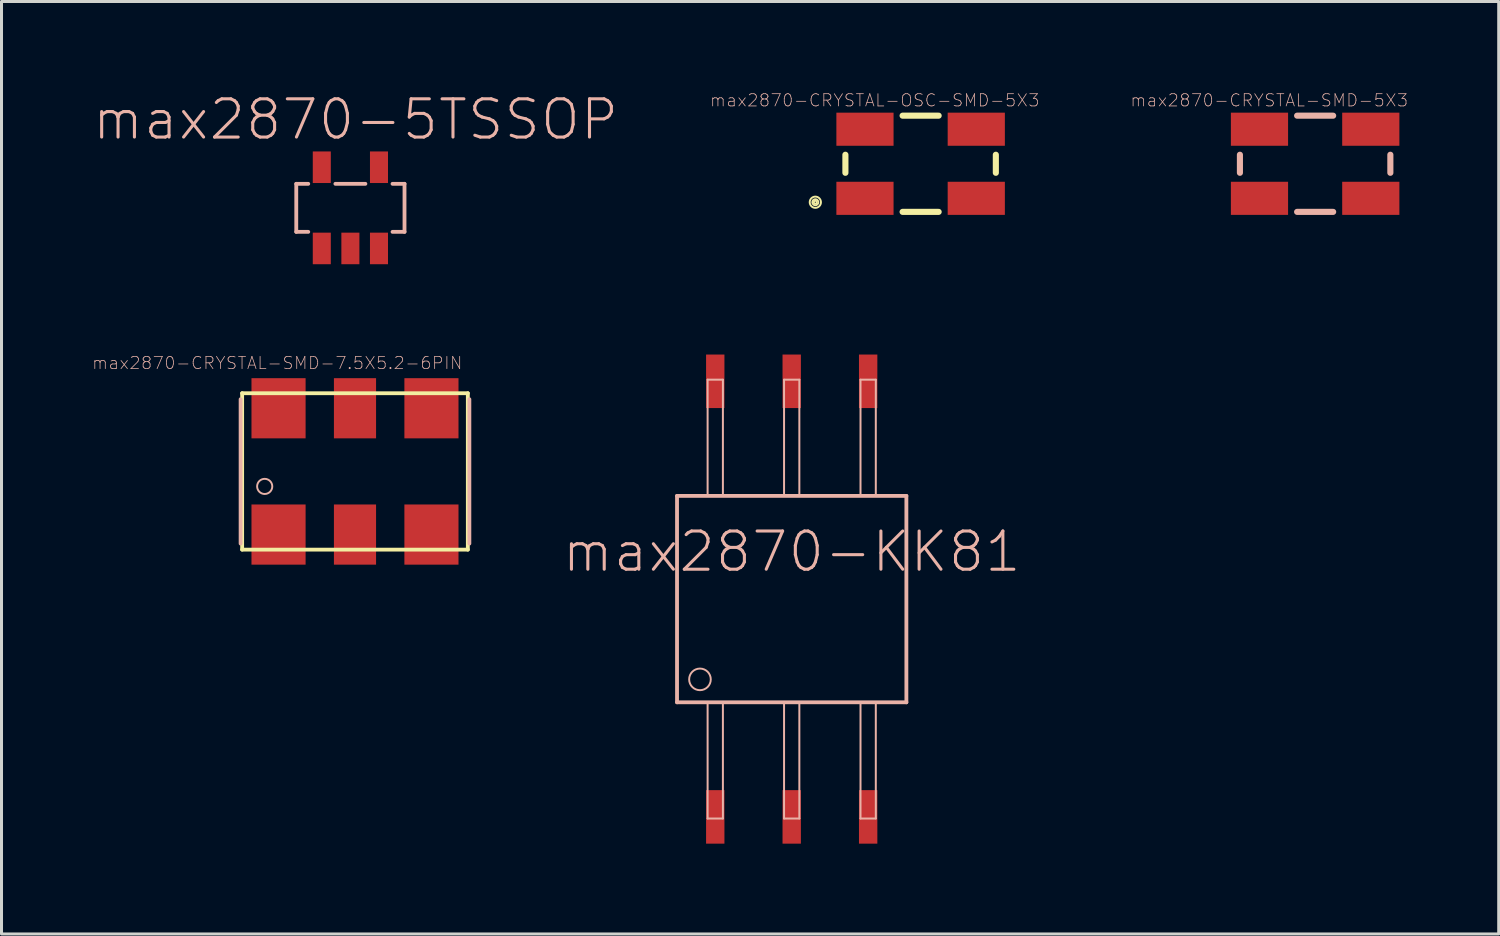
<source format=kicad_pcb>
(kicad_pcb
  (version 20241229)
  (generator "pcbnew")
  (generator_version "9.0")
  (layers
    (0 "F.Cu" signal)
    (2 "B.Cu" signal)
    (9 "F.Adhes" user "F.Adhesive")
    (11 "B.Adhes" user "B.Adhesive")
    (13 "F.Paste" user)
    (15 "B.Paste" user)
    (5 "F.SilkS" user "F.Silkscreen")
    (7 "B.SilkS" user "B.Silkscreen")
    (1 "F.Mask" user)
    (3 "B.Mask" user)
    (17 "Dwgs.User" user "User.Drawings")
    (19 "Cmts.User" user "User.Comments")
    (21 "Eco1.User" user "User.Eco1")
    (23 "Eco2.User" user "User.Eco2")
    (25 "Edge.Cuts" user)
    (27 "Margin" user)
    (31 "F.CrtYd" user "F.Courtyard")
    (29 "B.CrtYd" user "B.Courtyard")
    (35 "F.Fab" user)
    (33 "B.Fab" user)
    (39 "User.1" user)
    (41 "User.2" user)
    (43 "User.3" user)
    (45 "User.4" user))
  (footprint "max2870-KK81"
    (layer "F.Cu")
    (at 23.253 16.854)
    (property "Reference" "max2870-KK81" (at 0 -1.575 0) (layer "B.SilkS") (effects (font (size 1.27 1.27) (thickness 0.102))))
    (attr smd)
    (fp_line (start -3.81 -3.429) (end -3.81 3.429) (stroke (width 0.127) (type solid)) (layer "B.SilkS"))
    (fp_line (start -3.81 3.429) (end 3.81 3.429) (stroke (width 0.127) (type solid)) (layer "B.SilkS"))
    (fp_line (start -2.794 -7.29) (end -2.286 -7.29) (stroke (width 0.066) (type solid)) (layer "B.SilkS"))
    (fp_line (start -2.794 -3.429) (end -2.794 -7.29) (stroke (width 0.066) (type solid)) (layer "B.SilkS"))
    (fp_line (start -2.794 -3.429) (end -2.286 -3.429) (stroke (width 0.066) (type solid)) (layer "B.SilkS"))
    (fp_line (start -2.794 3.429) (end -2.286 3.429) (stroke (width 0.066) (type solid)) (layer "B.SilkS"))
    (fp_line (start -2.794 7.29) (end -2.794 3.429) (stroke (width 0.066) (type solid)) (layer "B.SilkS"))
    (fp_line (start -2.794 7.29) (end -2.286 7.29) (stroke (width 0.066) (type solid)) (layer "B.SilkS"))
    (fp_line (start -2.286 -3.429) (end -2.286 -7.29) (stroke (width 0.066) (type solid)) (layer "B.SilkS"))
    (fp_line (start -2.286 7.29) (end -2.286 3.429) (stroke (width 0.066) (type solid)) (layer "B.SilkS"))
    (fp_line (start -0.254 -7.29) (end 0.254 -7.29) (stroke (width 0.066) (type solid)) (layer "B.SilkS"))
    (fp_line (start -0.254 -3.429) (end -0.254 -7.29) (stroke (width 0.066) (type solid)) (layer "B.SilkS"))
    (fp_line (start -0.254 -3.429) (end 0.254 -3.429) (stroke (width 0.066) (type solid)) (layer "B.SilkS"))
    (fp_line (start -0.254 3.429) (end 0.254 3.429) (stroke (width 0.066) (type solid)) (layer "B.SilkS"))
    (fp_line (start -0.254 7.29) (end -0.254 3.429) (stroke (width 0.066) (type solid)) (layer "B.SilkS"))
    (fp_line (start -0.254 7.29) (end 0.254 7.29) (stroke (width 0.066) (type solid)) (layer "B.SilkS"))
    (fp_line (start 0.254 -3.429) (end 0.254 -7.29) (stroke (width 0.066) (type solid)) (layer "B.SilkS"))
    (fp_line (start 0.254 7.29) (end 0.254 3.429) (stroke (width 0.066) (type solid)) (layer "B.SilkS"))
    (fp_line (start 2.286 -7.29) (end 2.794 -7.29) (stroke (width 0.066) (type solid)) (layer "B.SilkS"))
    (fp_line (start 2.286 -3.429) (end 2.286 -7.29) (stroke (width 0.066) (type solid)) (layer "B.SilkS"))
    (fp_line (start 2.286 -3.429) (end 2.794 -3.429) (stroke (width 0.066) (type solid)) (layer "B.SilkS"))
    (fp_line (start 2.286 3.429) (end 2.794 3.429) (stroke (width 0.066) (type solid)) (layer "B.SilkS"))
    (fp_line (start 2.286 7.29) (end 2.286 3.429) (stroke (width 0.066) (type solid)) (layer "B.SilkS"))
    (fp_line (start 2.286 7.29) (end 2.794 7.29) (stroke (width 0.066) (type solid)) (layer "B.SilkS"))
    (fp_line (start 2.794 -3.429) (end 2.794 -7.29) (stroke (width 0.066) (type solid)) (layer "B.SilkS"))
    (fp_line (start 2.794 7.29) (end 2.794 3.429) (stroke (width 0.066) (type solid)) (layer "B.SilkS"))
    (fp_line (start 3.81 -3.429) (end -3.81 -3.429) (stroke (width 0.127) (type solid)) (layer "B.SilkS"))
    (fp_line (start 3.81 3.429) (end 3.81 -3.429) (stroke (width 0.127) (type solid)) (layer "B.SilkS"))
    (fp_circle (center -3.048 2.667) (end -3.302 2.921) (stroke (width 0.064) (type solid)) (fill no) (layer "B.SilkS"))
    (pad "1" smd rect (at -2.54 -7.236) (size 0.61 1.778) (layers "F.Cu" "F.Mask" "F.Paste"))
    (pad "2" smd rect (at 0 -7.236) (size 0.61 1.778) (layers "F.Cu" "F.Mask" "F.Paste"))
    (pad "3" smd rect (at 2.54 -7.236) (size 0.61 1.778) (layers "F.Cu" "F.Mask" "F.Paste"))
    (pad "4" smd rect (at 2.54 7.236) (size 0.61 1.778) (layers "F.Cu" "F.Mask" "F.Paste"))
    (pad "5" smd rect (at 0 7.236) (size 0.61 1.778) (layers "F.Cu" "F.Mask" "F.Paste"))
    (pad "6" smd rect (at -2.54 7.236) (size 0.61 1.778) (layers "F.Cu" "F.Mask" "F.Paste")))
  (footprint "max2870-CRYSTAL-SMD-5X3"
    (layer "F.Cu")
    (at 40.643 2.391)
    (property "Reference" "max2870-CRYSTAL-SMD-5X3" (at -1.524 -2.108 0) (layer "B.SilkS") (effects (font (size 0.406 0.406) (thickness 0.025))))
    (attr smd)
    (fp_line (start -2.499 -0.3) (end -2.499 0.3) (stroke (width 0.203) (type solid)) (layer "B.SilkS"))
    (fp_line (start -0.599 -1.598) (end 0.599 -1.598) (stroke (width 0.203) (type solid)) (layer "B.SilkS"))
    (fp_line (start 0.599 1.598) (end -0.599 1.598) (stroke (width 0.203) (type solid)) (layer "B.SilkS"))
    (fp_line (start 2.499 -0.3) (end 2.499 0.3) (stroke (width 0.203) (type solid)) (layer "B.SilkS"))
    (pad "1" smd rect (at -1.849 1.148) (size 1.9 1.1) (layers "F.Cu" "F.Mask" "F.Paste"))
    (pad "2" smd rect (at 1.849 1.148) (size 1.9 1.1) (layers "F.Cu" "F.Mask" "F.Paste"))
    (pad "3" smd rect (at 1.849 -1.148) (size 1.9 1.1) (layers "F.Cu" "F.Mask" "F.Paste"))
    (pad "4" smd rect (at -1.849 -1.148) (size 1.9 1.1) (layers "F.Cu" "F.Mask" "F.Paste")))
  (footprint "max2870-CRYSTAL-OSC-SMD-5X3"
    (layer "F.Cu")
    (at 27.536 2.391)
    (property "Reference" "max2870-CRYSTAL-OSC-SMD-5X3" (at -1.524 -2.108 0) (layer "B.SilkS") (effects (font (size 0.406 0.406) (thickness 0.025))))
    (attr smd)
    (fp_line (start -2.499 -0.3) (end -2.499 0.3) (stroke (width 0.203) (type solid)) (layer "F.SilkS"))
    (fp_line (start -0.599 -1.598) (end 0.599 -1.598) (stroke (width 0.203) (type solid)) (layer "F.SilkS"))
    (fp_line (start 0.599 1.598) (end -0.599 1.598) (stroke (width 0.203) (type solid)) (layer "F.SilkS"))
    (fp_line (start 2.499 -0.3) (end 2.499 0.3) (stroke (width 0.203) (type solid)) (layer "F.SilkS"))
    (fp_circle (center -3.498 1.278) (end -3.63 1.41) (stroke (width 0.064) (type solid)) (fill no) (layer "F.SilkS"))
    (fp_circle (center -3.498 1.278) (end -3.569 1.349) (stroke (width 0.064) (type solid)) (fill no) (layer "F.SilkS"))
    (fp_circle (center -3.498 1.278) (end -3.51 1.29) (stroke (width 0.064) (type solid)) (fill no) (layer "F.SilkS"))
    (pad "1" smd rect (at -1.849 1.148) (size 1.9 1.1) (layers "F.Cu" "F.Mask" "F.Paste"))
    (pad "2" smd rect (at 1.849 1.148) (size 1.9 1.1) (layers "F.Cu" "F.Mask" "F.Paste"))
    (pad "3" smd rect (at 1.849 -1.148) (size 1.9 1.1) (layers "F.Cu" "F.Mask" "F.Paste"))
    (pad "4" smd rect (at -1.849 -1.148) (size 1.9 1.1) (layers "F.Cu" "F.Mask" "F.Paste")))
  (footprint "max2870-5TSSOP"
    (layer "F.Cu")
    (at 8.591 3.855)
    (property "Reference" "max2870-5TSSOP" (at 0.173 -2.934 0) (layer "B.SilkS") (effects (font (size 1.27 1.27) (thickness 0.102))))
    (attr smd)
    (fp_line (start -1.798 -0.798) (end -1.798 0.798) (stroke (width 0.127) (type solid)) (layer "B.SilkS"))
    (fp_line (start -1.798 0.798) (end -1.4 0.798) (stroke (width 0.127) (type solid)) (layer "B.SilkS"))
    (fp_line (start -1.4 -0.798) (end -1.798 -0.798) (stroke (width 0.127) (type solid)) (layer "B.SilkS"))
    (fp_line (start 0.498 -0.798) (end -0.498 -0.798) (stroke (width 0.127) (type solid)) (layer "B.SilkS"))
    (fp_line (start 1.4 0.798) (end 1.798 0.798) (stroke (width 0.127) (type solid)) (layer "B.SilkS"))
    (fp_line (start 1.798 -0.798) (end 1.4 -0.798) (stroke (width 0.127) (type solid)) (layer "B.SilkS"))
    (fp_line (start 1.798 0.798) (end 1.798 -0.798) (stroke (width 0.127) (type solid)) (layer "B.SilkS"))
    (pad "!Q" smd rect (at 0.95 -1.349 90) (size 1.049 0.599) (layers "F.Cu" "F.Mask" "F.Paste"))
    (pad "CLK" smd rect (at 0 1.349 90) (size 1.049 0.599) (layers "F.Cu" "F.Mask" "F.Paste"))
    (pad "D" smd rect (at -0.95 1.349 90) (size 1.049 0.599) (layers "F.Cu" "F.Mask" "F.Paste"))
    (pad "GND" smd rect (at 0.95 1.349 90) (size 1.049 0.599) (layers "F.Cu" "F.Mask" "F.Paste"))
    (pad "VCC" smd rect (at -0.95 -1.349 90) (size 1.049 0.599) (layers "F.Cu" "F.Mask" "F.Paste")))
  (footprint "max2870-CRYSTAL-SMD-7.5X5.2-6PIN"
    (layer "F.Cu")
    (at 8.744 12.612)
    (property "Reference" "max2870-CRYSTAL-SMD-7.5X5.2-6PIN" (at -2.583 -3.602 0) (layer "B.SilkS") (effects (font (size 0.406 0.406) (thickness 0.025))))
    (attr smd)
    (fp_line (start -3.749 -2.598) (end -3.749 2.598) (stroke (width 0.127) (type solid)) (layer "F.SilkS"))
    (fp_line (start -3.749 2.598) (end 3.749 2.598) (stroke (width 0.127) (type solid)) (layer "F.SilkS"))
    (fp_line (start 3.749 -2.598) (end -3.749 -2.598) (stroke (width 0.127) (type solid)) (layer "F.SilkS"))
    (fp_line (start 3.749 2.598) (end 3.749 -2.598) (stroke (width 0.127) (type solid)) (layer "F.SilkS"))
    (fp_line (start -3.8 -2.398) (end -3.8 2.398) (stroke (width 0.127) (type solid)) (layer "B.SilkS"))
    (fp_line (start 3.8 -2.398) (end 3.8 2.398) (stroke (width 0.127) (type solid)) (layer "B.SilkS"))
    (fp_circle (center -3 0.498) (end -3.178 0.676) (stroke (width 0.064) (type solid)) (fill no) (layer "B.SilkS"))
    (pad "1" smd rect (at -2.54 2.098 90) (size 1.999 1.798) (layers "F.Cu" "F.Mask" "F.Paste"))
    (pad "2" smd rect (at 2.54 2.098 90) (size 1.999 1.798) (layers "F.Cu" "F.Mask" "F.Paste"))
    (pad "3" smd rect (at 2.54 -2.098 90) (size 1.999 1.798) (layers "F.Cu" "F.Mask" "F.Paste"))
    (pad "4" smd rect (at -2.54 -2.098 90) (size 1.999 1.798) (layers "F.Cu" "F.Mask" "F.Paste"))
    (pad "NC0" smd rect (at 0 2.098 90) (size 1.999 1.4) (layers "F.Cu" "F.Mask" "F.Paste"))
    (pad "NC1" smd rect (at 0 -2.098 90) (size 1.999 1.4) (layers "F.Cu" "F.Mask" "F.Paste")))
  (gr_rect
    (start -3 -3)
    (end 46.742 27.979)
    (stroke (width 0.1) (type default))
    (fill no)
    (layer "Edge.Cuts")))
</source>
